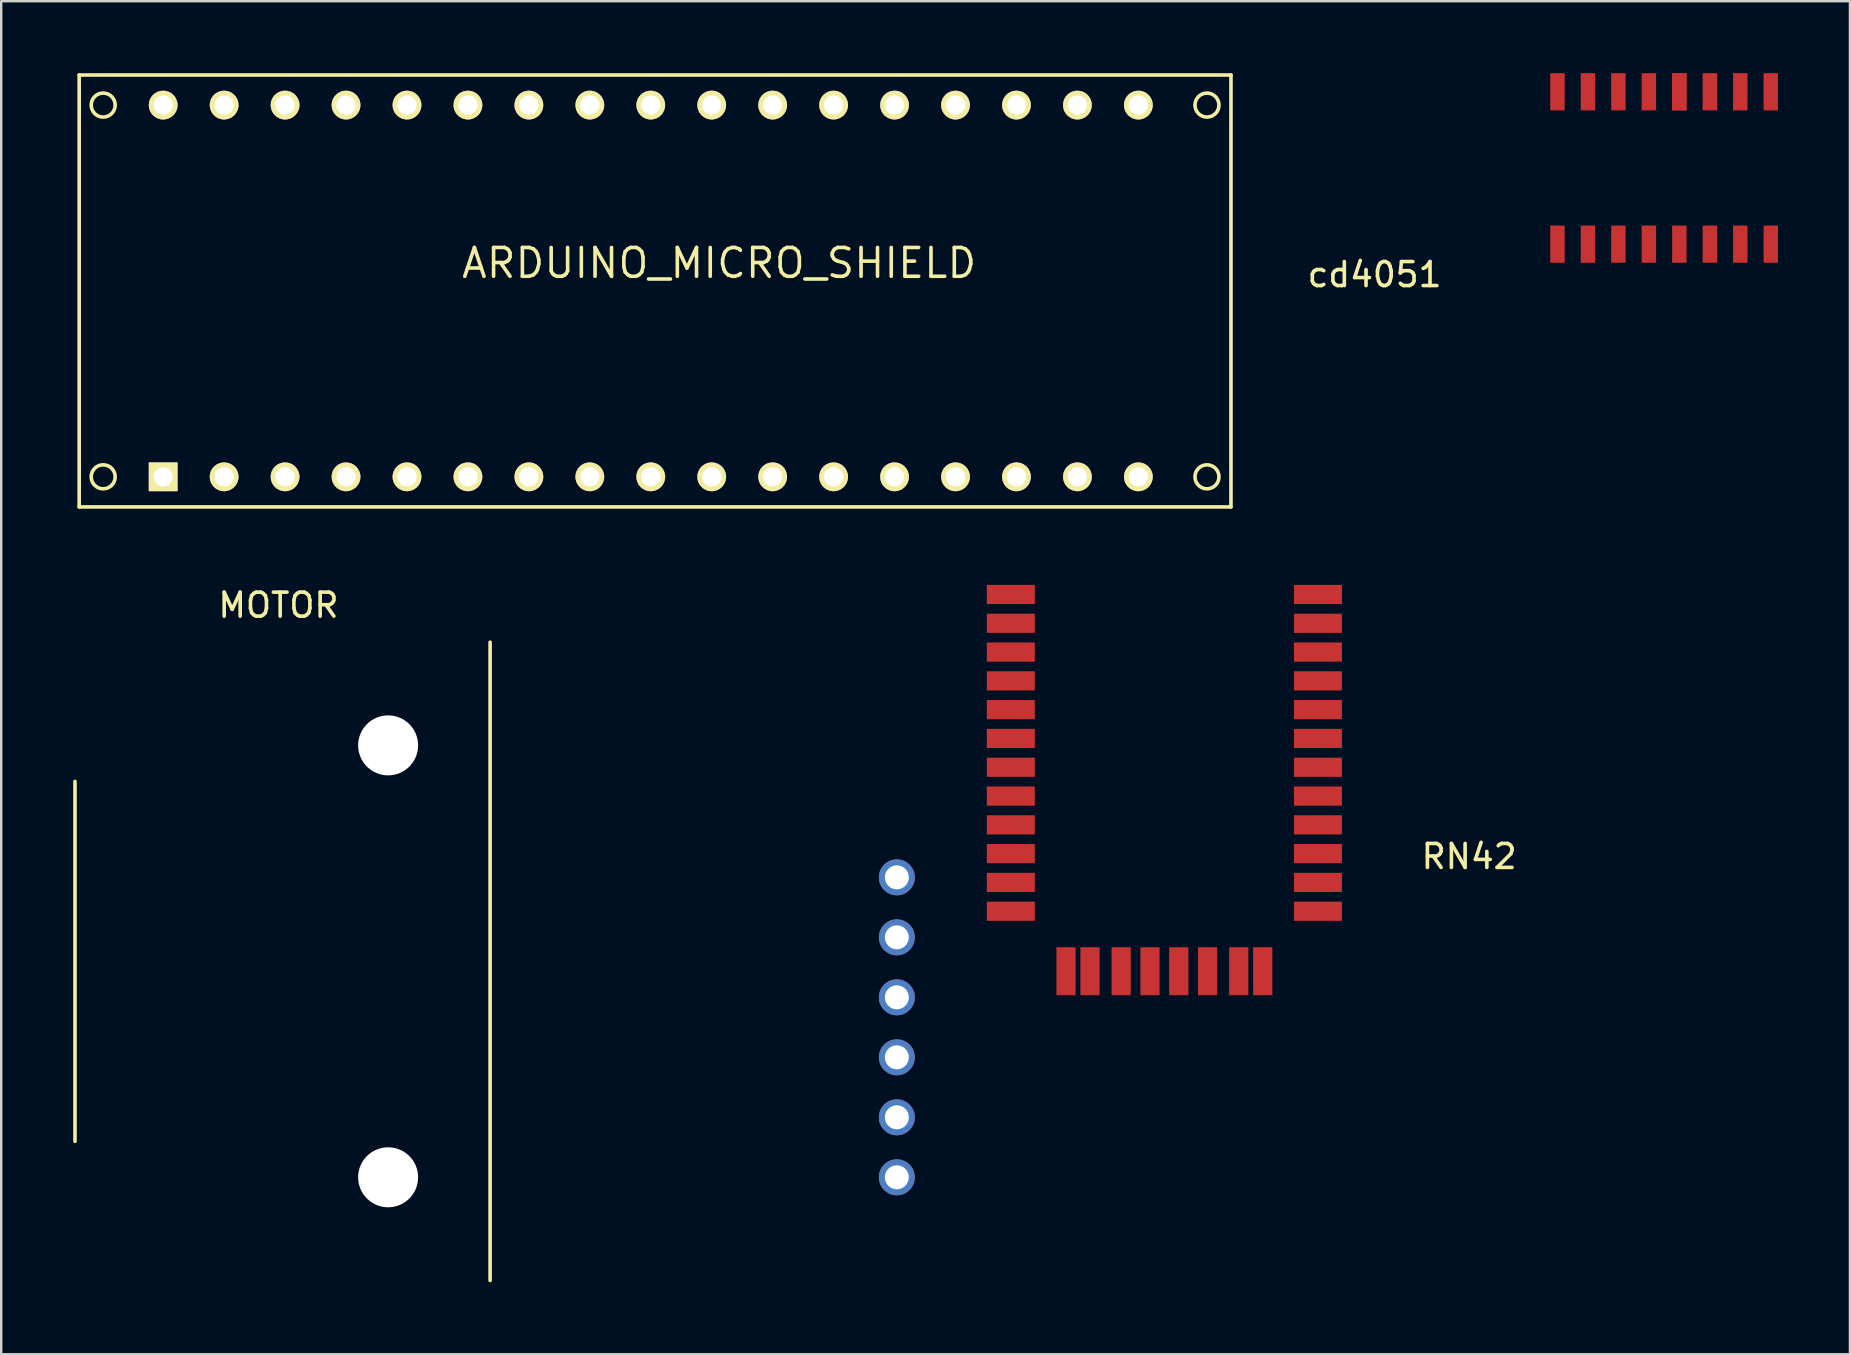
<source format=kicad_pcb>
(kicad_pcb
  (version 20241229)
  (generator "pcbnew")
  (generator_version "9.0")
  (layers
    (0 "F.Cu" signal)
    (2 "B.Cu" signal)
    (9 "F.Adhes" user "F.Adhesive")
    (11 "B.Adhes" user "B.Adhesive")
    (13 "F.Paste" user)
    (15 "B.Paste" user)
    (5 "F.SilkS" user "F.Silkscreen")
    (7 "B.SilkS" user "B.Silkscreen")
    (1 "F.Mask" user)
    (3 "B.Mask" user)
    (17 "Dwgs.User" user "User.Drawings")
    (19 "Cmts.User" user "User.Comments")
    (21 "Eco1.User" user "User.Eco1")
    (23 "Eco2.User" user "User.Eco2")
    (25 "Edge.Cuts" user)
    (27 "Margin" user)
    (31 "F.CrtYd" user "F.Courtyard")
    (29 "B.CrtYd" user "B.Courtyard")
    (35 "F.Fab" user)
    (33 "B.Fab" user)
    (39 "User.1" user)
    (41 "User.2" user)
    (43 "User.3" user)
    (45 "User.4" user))
  (footprint "RN42"
    (layer "F.Cu")
    (at 45.475 37.725)
    (property "Reference" "RN42" (at 12.7 -5.08 0) (layer "F.SilkS") (effects (font (size 1 1) (thickness 0.15))))
    (attr through_hole)
    (pad "1" smd rect (at -6.4 -16) (size 2 0.8) (layers "F.Cu" "F.Mask" "F.Paste"))
    (pad "2" smd rect (at -6.4 -14.8) (size 2 0.8) (layers "F.Cu" "F.Mask" "F.Paste"))
    (pad "3" smd rect (at -6.4 -13.6) (size 2 0.8) (layers "F.Cu" "F.Mask" "F.Paste"))
    (pad "4" smd rect (at -6.4 -12.4) (size 2 0.8) (layers "F.Cu" "F.Mask" "F.Paste"))
    (pad "5" smd rect (at -6.4 -11.2) (size 2 0.8) (layers "F.Cu" "F.Mask" "F.Paste"))
    (pad "6" smd rect (at -6.4 -10) (size 2 0.8) (layers "F.Cu" "F.Mask" "F.Paste"))
    (pad "7" smd rect (at -6.4 -8.8) (size 2 0.8) (layers "F.Cu" "F.Mask" "F.Paste"))
    (pad "8" smd rect (at -6.4 -7.6) (size 2 0.8) (layers "F.Cu" "F.Mask" "F.Paste"))
    (pad "9" smd rect (at -6.4 -6.4) (size 2 0.8) (layers "F.Cu" "F.Mask" "F.Paste"))
    (pad "10" smd rect (at -6.4 -5.2) (size 2 0.8) (layers "F.Cu" "F.Mask" "F.Paste"))
    (pad "11" smd rect (at -6.4 -4) (size 2 0.8) (layers "F.Cu" "F.Mask" "F.Paste"))
    (pad "12" smd rect (at -6.4 -2.8) (size 2 0.8) (layers "F.Cu" "F.Mask" "F.Paste"))
    (pad "13" smd rect (at 6.4 -2.8) (size 2 0.8) (layers "F.Cu" "F.Mask" "F.Paste"))
    (pad "14" smd rect (at 6.4 -4) (size 2 0.8) (layers "F.Cu" "F.Mask" "F.Paste"))
    (pad "15" smd rect (at 6.4 -5.2) (size 2 0.8) (layers "F.Cu" "F.Mask" "F.Paste"))
    (pad "16" smd rect (at 6.4 -6.4) (size 2 0.8) (layers "F.Cu" "F.Mask" "F.Paste"))
    (pad "17" smd rect (at 6.4 -7.6) (size 2 0.8) (layers "F.Cu" "F.Mask" "F.Paste"))
    (pad "18" smd rect (at 6.4 -8.8) (size 2 0.8) (layers "F.Cu" "F.Mask" "F.Paste"))
    (pad "19" smd rect (at 6.4 -10) (size 2 0.8) (layers "F.Cu" "F.Mask" "F.Paste"))
    (pad "20" smd rect (at 6.4 -11.2) (size 2 0.8) (layers "F.Cu" "F.Mask" "F.Paste"))
    (pad "21" smd rect (at 6.4 -12.4) (size 2 0.8) (layers "F.Cu" "F.Mask" "F.Paste"))
    (pad "22" smd rect (at 6.4 -13.6) (size 2 0.8) (layers "F.Cu" "F.Mask" "F.Paste"))
    (pad "23" smd rect (at 6.4 -14.8) (size 2 0.8) (layers "F.Cu" "F.Mask" "F.Paste"))
    (pad "24" smd rect (at 6.4 -16) (size 2 0.8) (layers "F.Cu" "F.Mask" "F.Paste"))
    (pad "28" smd rect (at 3.1 -0.3) (size 0.8 2) (layers "F.Cu" "F.Mask" "F.Paste"))
    (pad "29" smd rect (at -3.1 -0.3) (size 0.8 2) (layers "F.Cu" "F.Mask" "F.Paste"))
    (pad "30" smd rect (at 4.1 -0.3) (size 0.8 2) (layers "F.Cu" "F.Mask" "F.Paste"))
    (pad "31" smd rect (at 1.8 -0.3) (size 0.8 2) (layers "F.Cu" "F.Mask" "F.Paste"))
    (pad "32" smd rect (at 0.6 -0.3) (size 0.8 2) (layers "F.Cu" "F.Mask" "F.Paste"))
    (pad "33" smd rect (at -0.6 -0.3) (size 0.8 2) (layers "F.Cu" "F.Mask" "F.Paste"))
    (pad "34" smd rect (at -1.8 -0.3) (size 0.8 2) (layers "F.Cu" "F.Mask" "F.Paste"))
    (pad "35" smd rect (at -4.1 -0.3) (size 0.8 2) (layers "F.Cu" "F.Mask" "F.Paste")))
  (footprint "MOTOR"
    (layer "F.Cu")
    (at 4.325 46.013)
    (property "Reference" "MOTOR" (at 4.23 -23.84 0) (layer "F.SilkS") (effects (font (size 1 1) (thickness 0.15))))
    (attr through_hole)
    (fp_line (start -4.25 -16.5) (end -4.25 -1.5) (stroke (width 0.15) (type solid)) (layer "F.SilkS"))
    (fp_line (start 13.05 4.3) (end 13.05 -22.3) (stroke (width 0.15) (type solid)) (layer "F.SilkS"))
    (pad "" np_thru_hole circle (at 8.8 -18) (size 2.5 2.5) (drill 2.5) (layers "*.Cu" "*.Mask"))
    (pad "" np_thru_hole circle (at 8.8 0) (size 2.5 2.5) (drill 2.5) (layers "*.Cu" "*.Mask"))
    (pad "1" thru_hole circle (at 30 0) (size 1.5 1.5) (drill 1) (layers "*.Cu" "*.Mask"))
    (pad "2" thru_hole circle (at 30 -2.5) (size 1.5 1.5) (drill 1) (layers "*.Cu" "*.Mask"))
    (pad "3" thru_hole circle (at 30 -5) (size 1.5 1.5) (drill 1) (layers "*.Cu" "*.Mask"))
    (pad "4" thru_hole circle (at 30 -7.5) (size 1.5 1.5) (drill 1) (layers "*.Cu" "*.Mask"))
    (pad "5" thru_hole circle (at 30 -10) (size 1.5 1.5) (drill 1) (layers "*.Cu" "*.Mask"))
    (pad "6" thru_hole circle (at 30 -12.5) (size 1.5 1.5) (drill 1) (layers "*.Cu" "*.Mask")))
  (footprint "ARDUINO_MICRO_SHIELD"
    (layer "F.Cu")
    (at 0.25 18.075)
    (property "Reference" "ARDUINO_MICRO_SHIELD" (at 26.67 -10.16 0) (layer "F.SilkS") (effects (font (size 1.2 1.2) (thickness 0.15))))
    (attr through_hole)
    (fp_line (start 0 -18) (end 48 -18) (stroke (width 0.15) (type solid)) (layer "F.SilkS"))
    (fp_line (start 0 0) (end 0 -18) (stroke (width 0.15) (type solid)) (layer "F.SilkS"))
    (fp_line (start 48 -18) (end 48 0) (stroke (width 0.15) (type solid)) (layer "F.SilkS"))
    (fp_line (start 48 0) (end 0 0) (stroke (width 0.15) (type solid)) (layer "F.SilkS"))
    (fp_circle (center 1 -16.746) (end 1.5 -16.746) (stroke (width 0.15) (type solid)) (fill no) (layer "F.SilkS"))
    (fp_circle (center 1 -1.254) (end 1.5 -1.254) (stroke (width 0.15) (type solid)) (fill no) (layer "F.SilkS"))
    (fp_circle (center 47 -16.746) (end 47.5 -16.746) (stroke (width 0.15) (type solid)) (fill no) (layer "F.SilkS"))
    (fp_circle (center 47 -1.254) (end 47.5 -1.254) (stroke (width 0.15) (type solid)) (fill no) (layer "F.SilkS"))
    (pad "1" thru_hole rect (at 3.5 -1.254) (size 1.2 1.2) (drill 0.8) (layers "*.Cu" "*.Mask" "F.SilkS"))
    (pad "2" thru_hole circle (at 6.04 -1.254) (size 1.2 1.2) (drill 0.8) (layers "*.Cu" "*.Mask" "F.SilkS"))
    (pad "3" thru_hole circle (at 8.58 -1.254) (size 1.2 1.2) (drill 0.8) (layers "*.Cu" "*.Mask" "F.SilkS"))
    (pad "4" thru_hole circle (at 11.12 -1.254) (size 1.2 1.2) (drill 0.8) (layers "*.Cu" "*.Mask" "F.SilkS"))
    (pad "5" thru_hole circle (at 13.66 -1.254) (size 1.2 1.2) (drill 0.8) (layers "*.Cu" "*.Mask" "F.SilkS"))
    (pad "6" thru_hole circle (at 16.2 -1.254) (size 1.2 1.2) (drill 0.8) (layers "*.Cu" "*.Mask" "F.SilkS"))
    (pad "7" thru_hole circle (at 18.74 -1.254) (size 1.2 1.2) (drill 0.8) (layers "*.Cu" "*.Mask" "F.SilkS"))
    (pad "8" thru_hole circle (at 21.28 -1.254) (size 1.2 1.2) (drill 0.8) (layers "*.Cu" "*.Mask" "F.SilkS"))
    (pad "9" thru_hole circle (at 23.82 -1.254) (size 1.2 1.2) (drill 0.8) (layers "*.Cu" "*.Mask" "F.SilkS"))
    (pad "10" thru_hole circle (at 26.36 -1.254) (size 1.2 1.2) (drill 0.8) (layers "*.Cu" "*.Mask" "F.SilkS"))
    (pad "11" thru_hole circle (at 28.9 -1.254) (size 1.2 1.2) (drill 0.8) (layers "*.Cu" "*.Mask" "F.SilkS"))
    (pad "12" thru_hole circle (at 31.44 -1.254) (size 1.2 1.2) (drill 0.8) (layers "*.Cu" "*.Mask" "F.SilkS"))
    (pad "13" thru_hole circle (at 33.98 -1.254) (size 1.2 1.2) (drill 0.8) (layers "*.Cu" "*.Mask" "F.SilkS"))
    (pad "14" thru_hole circle (at 36.52 -1.254) (size 1.2 1.2) (drill 0.8) (layers "*.Cu" "*.Mask" "F.SilkS"))
    (pad "15" thru_hole circle (at 39.06 -1.254) (size 1.2 1.2) (drill 0.8) (layers "*.Cu" "*.Mask" "F.SilkS"))
    (pad "16" thru_hole circle (at 41.6 -1.254) (size 1.2 1.2) (drill 0.8) (layers "*.Cu" "*.Mask" "F.SilkS"))
    (pad "17" thru_hole circle (at 44.14 -1.254) (size 1.2 1.2) (drill 0.8) (layers "*.Cu" "*.Mask" "F.SilkS"))
    (pad "19" thru_hole circle (at 41.6 -16.746) (size 1.2 1.2) (drill 0.8) (layers "*.Cu" "*.Mask" "F.SilkS"))
    (pad "19" thru_hole circle (at 44.14 -16.746) (size 1.2 1.2) (drill 0.8) (layers "*.Cu" "*.Mask" "F.SilkS"))
    (pad "20" thru_hole circle (at 39.06 -16.746) (size 1.2 1.2) (drill 0.8) (layers "*.Cu" "*.Mask" "F.SilkS"))
    (pad "21" thru_hole circle (at 36.52 -16.746) (size 1.2 1.2) (drill 0.8) (layers "*.Cu" "*.Mask" "F.SilkS"))
    (pad "22" thru_hole circle (at 33.98 -16.746) (size 1.2 1.2) (drill 0.8) (layers "*.Cu" "*.Mask" "F.SilkS"))
    (pad "23" thru_hole circle (at 31.44 -16.746) (size 1.2 1.2) (drill 0.8) (layers "*.Cu" "*.Mask" "F.SilkS"))
    (pad "24" thru_hole circle (at 28.9 -16.746) (size 1.2 1.2) (drill 0.8) (layers "*.Cu" "*.Mask" "F.SilkS"))
    (pad "25" thru_hole circle (at 26.36 -16.746) (size 1.2 1.2) (drill 0.8) (layers "*.Cu" "*.Mask" "F.SilkS"))
    (pad "26" thru_hole circle (at 23.82 -16.746) (size 1.2 1.2) (drill 0.8) (layers "*.Cu" "*.Mask" "F.SilkS"))
    (pad "27" thru_hole circle (at 21.28 -16.746) (size 1.2 1.2) (drill 0.8) (layers "*.Cu" "*.Mask" "F.SilkS"))
    (pad "28" thru_hole circle (at 18.74 -16.746) (size 1.2 1.2) (drill 0.8) (layers "*.Cu" "*.Mask" "F.SilkS"))
    (pad "29" thru_hole circle (at 16.2 -16.746) (size 1.2 1.2) (drill 0.8) (layers "*.Cu" "*.Mask" "F.SilkS"))
    (pad "30" thru_hole circle (at 13.66 -16.746) (size 1.2 1.2) (drill 0.8) (layers "*.Cu" "*.Mask" "F.SilkS"))
    (pad "31" thru_hole circle (at 11.12 -16.746) (size 1.2 1.2) (drill 0.8) (layers "*.Cu" "*.Mask" "F.SilkS"))
    (pad "32" thru_hole circle (at 8.58 -16.746) (size 1.2 1.2) (drill 0.8) (layers "*.Cu" "*.Mask" "F.SilkS"))
    (pad "33" thru_hole circle (at 6.04 -16.746) (size 1.2 1.2) (drill 0.8) (layers "*.Cu" "*.Mask" "F.SilkS"))
    (pad "34" thru_hole circle (at 3.5 -16.746) (size 1.2 1.2) (drill 0.8) (layers "*.Cu" "*.Mask" "F.SilkS")))
  (footprint "cd4051"
    (layer "F.Cu")
    (at 61.856 5.855)
    (property "Reference" "cd4051" (at -7.62 2.54 0) (layer "F.SilkS") (effects (font (size 1 1) (thickness 0.15))))
    (attr through_hole)
    (pad "1" connect rect (at 0 1.27) (size 0.6 1.55) (layers "F.Cu" "F.Mask"))
    (pad "2" connect rect (at 1.27 1.27) (size 0.6 1.55) (layers "F.Cu" "F.Mask"))
    (pad "3" connect rect (at 2.54 1.27) (size 0.6 1.55) (layers "F.Cu" "F.Mask"))
    (pad "4" connect rect (at 3.81 1.27) (size 0.6 1.55) (layers "F.Cu" "F.Mask"))
    (pad "5" connect rect (at 5.08 1.27) (size 0.6 1.55) (layers "F.Cu" "F.Mask"))
    (pad "6" connect rect (at 6.35 1.27) (size 0.6 1.55) (layers "F.Cu" "F.Mask"))
    (pad "7" connect rect (at 7.62 1.27) (size 0.6 1.55) (layers "F.Cu" "F.Mask"))
    (pad "8" connect rect (at 8.89 1.27) (size 0.6 1.55) (layers "F.Cu" "F.Mask"))
    (pad "9" connect rect (at 8.89 -5.08) (size 0.6 1.55) (layers "F.Cu" "F.Mask"))
    (pad "10" connect rect (at 7.62 -5.08) (size 0.6 1.55) (layers "F.Cu" "F.Mask"))
    (pad "11" connect rect (at 6.35 -5.08) (size 0.6 1.55) (layers "F.Cu" "F.Mask"))
    (pad "12" connect rect (at 5.08 -5.08) (size 0.6 1.55) (layers "F.Cu" "F.Mask"))
    (pad "13" connect rect (at 3.81 -5.08) (size 0.6 1.55) (layers "F.Cu" "F.Mask"))
    (pad "14" connect rect (at 2.54 -5.08) (size 0.6 1.55) (layers "F.Cu" "F.Mask"))
    (pad "15" connect rect (at 1.27 -5.08) (size 0.6 1.55) (layers "F.Cu" "F.Mask"))
    (pad "16" connect rect (at 0 -5.08) (size 0.6 1.55) (layers "F.Cu" "F.Mask"))
    (pad "17" connect rect (at 5.08 -5.08) (size 0.6 1.55) (layers "F.Cu" "F.Mask")))
  (gr_rect
    (start -3 -3)
    (end 74.046 53.388)
    (stroke (width 0.1) (type default))
    (fill no)
    (layer "Edge.Cuts")))
</source>
